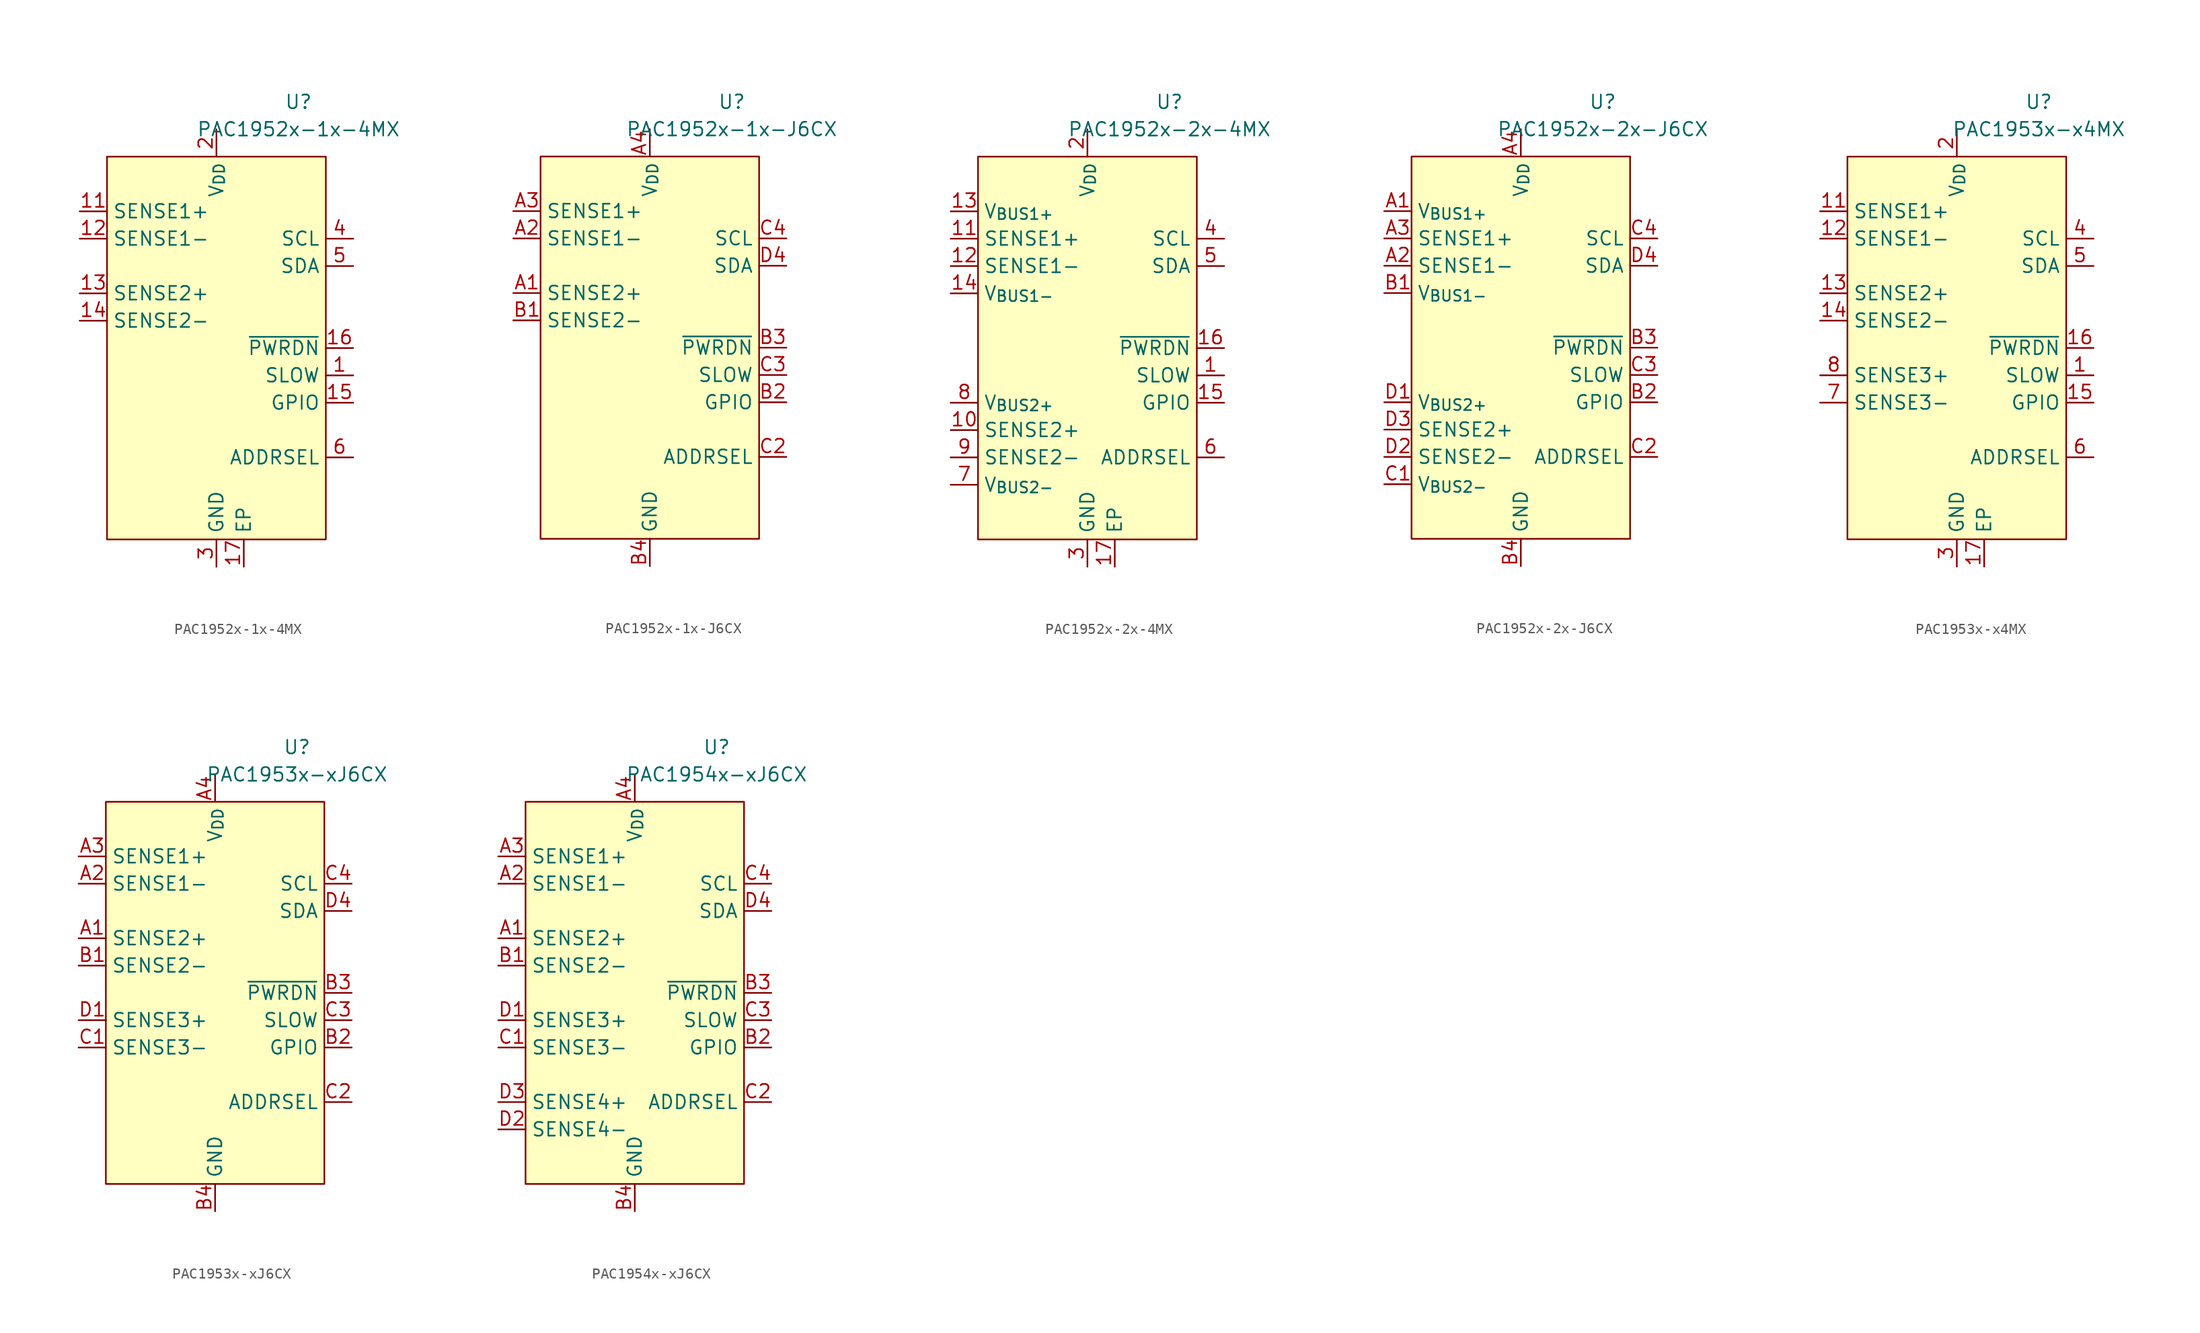
<source format=kicad_sym>
(kicad_symbol_lib
  (version 20231120)
  (generator "kicad_symbol_editor")
  (generator_version "8.0")
  (symbol "PAC1952x-1x-4MX"
    (property "Reference" "U"
      (at 7.62 22.86 0)
      (effects (font (size 1.27 1.27))))
    (property "Value" "PAC1952x-1x-4MX"
      (at 7.62 20.32 0)
      (effects (font (size 1.27 1.27))))
    (symbol "PAC1952x-1x-4MX_0_0"
      (pin input line (at 12.7 -2.54 180) (length 2.54) (name "SLOW" (effects (font (size 1.27 1.27)))) (number "1" (effects (font (size 1.27 1.27)))) (alternate "GPIO" bidirectional line) (alternate "~{ALERT1}" open_collector line))
      (pin passive line (at 0 -20.32 90) (length 2.54) hide (name "GND" (effects (font (size 1.27 1.27)))) (number "10" (effects (font (size 1.27 1.27)))))
      (pin input line (at -12.7 12.7 0) (length 2.54) (name "SENSE1+" (effects (font (size 1.27 1.27)))) (number "11" (effects (font (size 1.27 1.27)))))
      (pin input line (at -12.7 10.16 0) (length 2.54) (name "SENSE1-" (effects (font (size 1.27 1.27)))) (number "12" (effects (font (size 1.27 1.27)))))
      (pin input line (at -12.7 5.08 0) (length 2.54) (name "SENSE2+" (effects (font (size 1.27 1.27)))) (number "13" (effects (font (size 1.27 1.27)))))
      (pin input line (at -12.7 2.54 0) (length 2.54) (name "SENSE2-" (effects (font (size 1.27 1.27)))) (number "14" (effects (font (size 1.27 1.27)))))
      (pin bidirectional line (at 12.7 -5.08 180) (length 2.54) (name "GPIO" (effects (font (size 1.27 1.27)))) (number "15" (effects (font (size 1.27 1.27)))) (alternate "~{ALERT2}" open_collector line))
      (pin input line (at 12.7 0 180) (length 2.54) (name "~{PWRDN}" (effects (font (size 1.27 1.27)))) (number "16" (effects (font (size 1.27 1.27)))))
      (pin passive line (at 2.54 -20.32 90) (length 2.54) (name "EP" (effects (font (size 1.27 1.27)))) (number "17" (effects (font (size 1.27 1.27)))))
      (pin power_in line (at 0 20.32 270) (length 2.54) (name "V_{DD}" (effects (font (size 1.27 1.27)))) (number "2" (effects (font (size 1.27 1.27)))))
      (pin power_in line (at 0 -20.32 90) (length 2.54) (name "GND" (effects (font (size 1.27 1.27)))) (number "3" (effects (font (size 1.27 1.27)))))
      (pin input line (at 12.7 10.16 180) (length 2.54) (name "SCL" (effects (font (size 1.27 1.27)))) (number "4" (effects (font (size 1.27 1.27)))) (alternate "SM_CLK" input line))
      (pin bidirectional line (at 12.7 7.62 180) (length 2.54) (name "SDA" (effects (font (size 1.27 1.27)))) (number "5" (effects (font (size 1.27 1.27)))) (alternate "SM_DATA" bidirectional line))
      (pin passive line (at 12.7 -10.16 180) (length 2.54) (name "ADDRSEL" (effects (font (size 1.27 1.27)))) (number "6" (effects (font (size 1.27 1.27)))))
      (pin passive line (at 0 -20.32 90) (length 2.54) hide (name "GND" (effects (font (size 1.27 1.27)))) (number "7" (effects (font (size 1.27 1.27)))))
      (pin passive line (at 0 -20.32 90) (length 2.54) hide (name "GND" (effects (font (size 1.27 1.27)))) (number "8" (effects (font (size 1.27 1.27)))))
      (pin passive line (at 0 -20.32 90) (length 2.54) hide (name "GND" (effects (font (size 1.27 1.27)))) (number "9" (effects (font (size 1.27 1.27))))))
    (symbol "PAC1952x-1x-4MX_0_1"
      (rectangle (start -10.16 17.78) (end 10.16 -17.78) (stroke (width 0) (type default)) (fill (type background)))))
  (symbol "PAC1952x-1x-J6CX"
    (property "Reference" "U"
      (at 7.62 22.86 0)
      (effects (font (size 1.27 1.27))))
    (property "Value" "PAC1952x-1x-J6CX"
      (at 7.62 20.32 0)
      (effects (font (size 1.27 1.27))))
    (symbol "PAC1952x-1x-J6CX_0_0"
      (pin input line (at -12.7 5.08 0) (length 2.54) (name "SENSE2+" (effects (font (size 1.27 1.27)))) (number "A1" (effects (font (size 1.27 1.27)))))
      (pin input line (at -12.7 10.16 0) (length 2.54) (name "SENSE1-" (effects (font (size 1.27 1.27)))) (number "A2" (effects (font (size 1.27 1.27)))))
      (pin input line (at -12.7 12.7 0) (length 2.54) (name "SENSE1+" (effects (font (size 1.27 1.27)))) (number "A3" (effects (font (size 1.27 1.27)))))
      (pin power_in line (at 0 20.32 270) (length 2.54) (name "V_{DD}" (effects (font (size 1.27 1.27)))) (number "A4" (effects (font (size 1.27 1.27)))))
      (pin input line (at -12.7 2.54 0) (length 2.54) (name "SENSE2-" (effects (font (size 1.27 1.27)))) (number "B1" (effects (font (size 1.27 1.27)))))
      (pin bidirectional line (at 12.7 -5.08 180) (length 2.54) (name "GPIO" (effects (font (size 1.27 1.27)))) (number "B2" (effects (font (size 1.27 1.27)))) (alternate "~{ALERT2}" open_collector line))
      (pin input line (at 12.7 0 180) (length 2.54) (name "~{PWRDN}" (effects (font (size 1.27 1.27)))) (number "B3" (effects (font (size 1.27 1.27)))))
      (pin power_in line (at 0 -20.32 90) (length 2.54) (name "GND" (effects (font (size 1.27 1.27)))) (number "B4" (effects (font (size 1.27 1.27)))))
      (pin passive line (at 0 -20.32 90) (length 2.54) hide (name "GND" (effects (font (size 1.27 1.27)))) (number "C1" (effects (font (size 1.27 1.27)))))
      (pin passive line (at 12.7 -10.16 180) (length 2.54) (name "ADDRSEL" (effects (font (size 1.27 1.27)))) (number "C2" (effects (font (size 1.27 1.27)))))
      (pin input line (at 12.7 -2.54 180) (length 2.54) (name "SLOW" (effects (font (size 1.27 1.27)))) (number "C3" (effects (font (size 1.27 1.27)))) (alternate "GPIO" bidirectional line) (alternate "~{ALERT1}" open_collector line))
      (pin input line (at 12.7 10.16 180) (length 2.54) (name "SCL" (effects (font (size 1.27 1.27)))) (number "C4" (effects (font (size 1.27 1.27)))) (alternate "SM_CLK" input line))
      (pin passive line (at 0 -20.32 90) (length 2.54) hide (name "GND" (effects (font (size 1.27 1.27)))) (number "D1" (effects (font (size 1.27 1.27)))))
      (pin passive line (at 0 -20.32 90) (length 2.54) hide (name "GND" (effects (font (size 1.27 1.27)))) (number "D2" (effects (font (size 1.27 1.27)))))
      (pin passive line (at 0 -20.32 90) (length 2.54) hide (name "GND" (effects (font (size 1.27 1.27)))) (number "D3" (effects (font (size 1.27 1.27)))))
      (pin bidirectional line (at 12.7 7.62 180) (length 2.54) (name "SDA" (effects (font (size 1.27 1.27)))) (number "D4" (effects (font (size 1.27 1.27)))) (alternate "SM_DATA" bidirectional line)))
    (symbol "PAC1952x-1x-J6CX_0_1"
      (rectangle (start -10.16 17.78) (end 10.16 -17.78) (stroke (width 0) (type default)) (fill (type background)))))
  (symbol "PAC1952x-2x-4MX"
    (property "Reference" "U"
      (at 7.62 22.86 0)
      (effects (font (size 1.27 1.27))))
    (property "Value" "PAC1952x-2x-4MX"
      (at 7.62 20.32 0)
      (effects (font (size 1.27 1.27))))
    (symbol "PAC1952x-2x-4MX_0_0"
      (pin input line (at 12.7 -2.54 180) (length 2.54) (name "SLOW" (effects (font (size 1.27 1.27)))) (number "1" (effects (font (size 1.27 1.27)))) (alternate "GPIO" bidirectional line) (alternate "~{ALERT1}" open_collector line))
      (pin input line (at -12.7 -7.62 0) (length 2.54) (name "SENSE2+" (effects (font (size 1.27 1.27)))) (number "10" (effects (font (size 1.27 1.27)))))
      (pin input line (at -12.7 10.16 0) (length 2.54) (name "SENSE1+" (effects (font (size 1.27 1.27)))) (number "11" (effects (font (size 1.27 1.27)))))
      (pin input line (at -12.7 7.62 0) (length 2.54) (name "SENSE1-" (effects (font (size 1.27 1.27)))) (number "12" (effects (font (size 1.27 1.27)))))
      (pin input line (at -12.7 12.7 0) (length 2.54) (name "V_{BUS1+}" (effects (font (size 1.27 1.27)))) (number "13" (effects (font (size 1.27 1.27)))))
      (pin input line (at -12.7 5.08 0) (length 2.54) (name "V_{BUS1-}" (effects (font (size 1.27 1.27)))) (number "14" (effects (font (size 1.27 1.27)))))
      (pin bidirectional line (at 12.7 -5.08 180) (length 2.54) (name "GPIO" (effects (font (size 1.27 1.27)))) (number "15" (effects (font (size 1.27 1.27)))) (alternate "~{ALERT2}" open_collector line))
      (pin input line (at 12.7 0 180) (length 2.54) (name "~{PWRDN}" (effects (font (size 1.27 1.27)))) (number "16" (effects (font (size 1.27 1.27)))))
      (pin passive line (at 2.54 -20.32 90) (length 2.54) (name "EP" (effects (font (size 1.27 1.27)))) (number "17" (effects (font (size 1.27 1.27)))))
      (pin power_in line (at 0 20.32 270) (length 2.54) (name "V_{DD}" (effects (font (size 1.27 1.27)))) (number "2" (effects (font (size 1.27 1.27)))))
      (pin power_in line (at 0 -20.32 90) (length 2.54) (name "GND" (effects (font (size 1.27 1.27)))) (number "3" (effects (font (size 1.27 1.27)))))
      (pin input line (at 12.7 10.16 180) (length 2.54) (name "SCL" (effects (font (size 1.27 1.27)))) (number "4" (effects (font (size 1.27 1.27)))) (alternate "SM_CLK" input line))
      (pin bidirectional line (at 12.7 7.62 180) (length 2.54) (name "SDA" (effects (font (size 1.27 1.27)))) (number "5" (effects (font (size 1.27 1.27)))) (alternate "SM_DATA" bidirectional line))
      (pin passive line (at 12.7 -10.16 180) (length 2.54) (name "ADDRSEL" (effects (font (size 1.27 1.27)))) (number "6" (effects (font (size 1.27 1.27)))))
      (pin input line (at -12.7 -12.7 0) (length 2.54) (name "V_{BUS2-}" (effects (font (size 1.27 1.27)))) (number "7" (effects (font (size 1.27 1.27)))))
      (pin input line (at -12.7 -5.08 0) (length 2.54) (name "V_{BUS2+}" (effects (font (size 1.27 1.27)))) (number "8" (effects (font (size 1.27 1.27)))))
      (pin input line (at -12.7 -10.16 0) (length 2.54) (name "SENSE2-" (effects (font (size 1.27 1.27)))) (number "9" (effects (font (size 1.27 1.27))))))
    (symbol "PAC1952x-2x-4MX_0_1"
      (rectangle (start -10.16 17.78) (end 10.16 -17.78) (stroke (width 0) (type default)) (fill (type background)))))
  (symbol "PAC1952x-2x-J6CX"
    (property "Reference" "U"
      (at 7.62 22.86 0)
      (effects (font (size 1.27 1.27))))
    (property "Value" "PAC1952x-2x-J6CX"
      (at 7.62 20.32 0)
      (effects (font (size 1.27 1.27))))
    (symbol "PAC1952x-2x-J6CX_0_0"
      (pin input line (at -12.7 12.7 0) (length 2.54) (name "V_{BUS1+}" (effects (font (size 1.27 1.27)))) (number "A1" (effects (font (size 1.27 1.27)))))
      (pin input line (at -12.7 7.62 0) (length 2.54) (name "SENSE1-" (effects (font (size 1.27 1.27)))) (number "A2" (effects (font (size 1.27 1.27)))))
      (pin input line (at -12.7 10.16 0) (length 2.54) (name "SENSE1+" (effects (font (size 1.27 1.27)))) (number "A3" (effects (font (size 1.27 1.27)))))
      (pin power_in line (at 0 20.32 270) (length 2.54) (name "V_{DD}" (effects (font (size 1.27 1.27)))) (number "A4" (effects (font (size 1.27 1.27)))))
      (pin input line (at -12.7 5.08 0) (length 2.54) (name "V_{BUS1-}" (effects (font (size 1.27 1.27)))) (number "B1" (effects (font (size 1.27 1.27)))))
      (pin bidirectional line (at 12.7 -5.08 180) (length 2.54) (name "GPIO" (effects (font (size 1.27 1.27)))) (number "B2" (effects (font (size 1.27 1.27)))) (alternate "~{ALERT2}" open_collector line))
      (pin input line (at 12.7 0 180) (length 2.54) (name "~{PWRDN}" (effects (font (size 1.27 1.27)))) (number "B3" (effects (font (size 1.27 1.27)))))
      (pin power_in line (at 0 -20.32 90) (length 2.54) (name "GND" (effects (font (size 1.27 1.27)))) (number "B4" (effects (font (size 1.27 1.27)))))
      (pin input line (at -12.7 -12.7 0) (length 2.54) (name "V_{BUS2-}" (effects (font (size 1.27 1.27)))) (number "C1" (effects (font (size 1.27 1.27)))))
      (pin passive line (at 12.7 -10.16 180) (length 2.54) (name "ADDRSEL" (effects (font (size 1.27 1.27)))) (number "C2" (effects (font (size 1.27 1.27)))))
      (pin input line (at 12.7 -2.54 180) (length 2.54) (name "SLOW" (effects (font (size 1.27 1.27)))) (number "C3" (effects (font (size 1.27 1.27)))) (alternate "GPIO" bidirectional line) (alternate "~{ALERT1}" open_collector line))
      (pin input line (at 12.7 10.16 180) (length 2.54) (name "SCL" (effects (font (size 1.27 1.27)))) (number "C4" (effects (font (size 1.27 1.27)))) (alternate "SM_CLK" input line))
      (pin input line (at -12.7 -5.08 0) (length 2.54) (name "V_{BUS2+}" (effects (font (size 1.27 1.27)))) (number "D1" (effects (font (size 1.27 1.27)))))
      (pin input line (at -12.7 -10.16 0) (length 2.54) (name "SENSE2-" (effects (font (size 1.27 1.27)))) (number "D2" (effects (font (size 1.27 1.27)))))
      (pin input line (at -12.7 -7.62 0) (length 2.54) (name "SENSE2+" (effects (font (size 1.27 1.27)))) (number "D3" (effects (font (size 1.27 1.27)))))
      (pin bidirectional line (at 12.7 7.62 180) (length 2.54) (name "SDA" (effects (font (size 1.27 1.27)))) (number "D4" (effects (font (size 1.27 1.27)))) (alternate "SM_DATA" bidirectional line)))
    (symbol "PAC1952x-2x-J6CX_0_1"
      (rectangle (start -10.16 17.78) (end 10.16 -17.78) (stroke (width 0) (type default)) (fill (type background)))))
  (symbol "PAC1953x-x4MX"
    (property "Reference" "U"
      (at 7.62 22.86 0)
      (effects (font (size 1.27 1.27))))
    (property "Value" "PAC1953x-x4MX"
      (at 7.62 20.32 0)
      (effects (font (size 1.27 1.27))))
    (symbol "PAC1953x-x4MX_0_0"
      (pin input line (at 12.7 -2.54 180) (length 2.54) (name "SLOW" (effects (font (size 1.27 1.27)))) (number "1" (effects (font (size 1.27 1.27)))) (alternate "GPIO" bidirectional line) (alternate "~{ALERT1}" open_collector line))
      (pin passive line (at 0 -20.32 90) (length 2.54) hide (name "GND" (effects (font (size 1.27 1.27)))) (number "10" (effects (font (size 1.27 1.27)))))
      (pin input line (at -12.7 12.7 0) (length 2.54) (name "SENSE1+" (effects (font (size 1.27 1.27)))) (number "11" (effects (font (size 1.27 1.27)))))
      (pin input line (at -12.7 10.16 0) (length 2.54) (name "SENSE1-" (effects (font (size 1.27 1.27)))) (number "12" (effects (font (size 1.27 1.27)))))
      (pin input line (at -12.7 5.08 0) (length 2.54) (name "SENSE2+" (effects (font (size 1.27 1.27)))) (number "13" (effects (font (size 1.27 1.27)))))
      (pin input line (at -12.7 2.54 0) (length 2.54) (name "SENSE2-" (effects (font (size 1.27 1.27)))) (number "14" (effects (font (size 1.27 1.27)))))
      (pin bidirectional line (at 12.7 -5.08 180) (length 2.54) (name "GPIO" (effects (font (size 1.27 1.27)))) (number "15" (effects (font (size 1.27 1.27)))) (alternate "~{ALERT2}" open_collector line))
      (pin input line (at 12.7 0 180) (length 2.54) (name "~{PWRDN}" (effects (font (size 1.27 1.27)))) (number "16" (effects (font (size 1.27 1.27)))))
      (pin passive line (at 2.54 -20.32 90) (length 2.54) (name "EP" (effects (font (size 1.27 1.27)))) (number "17" (effects (font (size 1.27 1.27)))))
      (pin power_in line (at 0 20.32 270) (length 2.54) (name "V_{DD}" (effects (font (size 1.27 1.27)))) (number "2" (effects (font (size 1.27 1.27)))))
      (pin power_in line (at 0 -20.32 90) (length 2.54) (name "GND" (effects (font (size 1.27 1.27)))) (number "3" (effects (font (size 1.27 1.27)))))
      (pin input line (at 12.7 10.16 180) (length 2.54) (name "SCL" (effects (font (size 1.27 1.27)))) (number "4" (effects (font (size 1.27 1.27)))) (alternate "SM_CLK" input line))
      (pin bidirectional line (at 12.7 7.62 180) (length 2.54) (name "SDA" (effects (font (size 1.27 1.27)))) (number "5" (effects (font (size 1.27 1.27)))) (alternate "SM_DATA" bidirectional line))
      (pin passive line (at 12.7 -10.16 180) (length 2.54) (name "ADDRSEL" (effects (font (size 1.27 1.27)))) (number "6" (effects (font (size 1.27 1.27)))))
      (pin input line (at -12.7 -5.08 0) (length 2.54) (name "SENSE3-" (effects (font (size 1.27 1.27)))) (number "7" (effects (font (size 1.27 1.27)))))
      (pin input line (at -12.7 -2.54 0) (length 2.54) (name "SENSE3+" (effects (font (size 1.27 1.27)))) (number "8" (effects (font (size 1.27 1.27)))))
      (pin passive line (at 0 -20.32 90) (length 2.54) hide (name "GND" (effects (font (size 1.27 1.27)))) (number "9" (effects (font (size 1.27 1.27))))))
    (symbol "PAC1953x-x4MX_0_1"
      (rectangle (start -10.16 17.78) (end 10.16 -17.78) (stroke (width 0) (type default)) (fill (type background)))))
  (symbol "PAC1953x-xJ6CX"
    (property "Reference" "U"
      (at 7.62 22.86 0)
      (effects (font (size 1.27 1.27))))
    (property "Value" "PAC1953x-xJ6CX"
      (at 7.62 20.32 0)
      (effects (font (size 1.27 1.27))))
    (symbol "PAC1953x-xJ6CX_0_0"
      (pin input line (at -12.7 5.08 0) (length 2.54) (name "SENSE2+" (effects (font (size 1.27 1.27)))) (number "A1" (effects (font (size 1.27 1.27)))))
      (pin input line (at -12.7 10.16 0) (length 2.54) (name "SENSE1-" (effects (font (size 1.27 1.27)))) (number "A2" (effects (font (size 1.27 1.27)))))
      (pin input line (at -12.7 12.7 0) (length 2.54) (name "SENSE1+" (effects (font (size 1.27 1.27)))) (number "A3" (effects (font (size 1.27 1.27)))))
      (pin power_in line (at 0 20.32 270) (length 2.54) (name "V_{DD}" (effects (font (size 1.27 1.27)))) (number "A4" (effects (font (size 1.27 1.27)))))
      (pin input line (at -12.7 2.54 0) (length 2.54) (name "SENSE2-" (effects (font (size 1.27 1.27)))) (number "B1" (effects (font (size 1.27 1.27)))))
      (pin bidirectional line (at 12.7 -5.08 180) (length 2.54) (name "GPIO" (effects (font (size 1.27 1.27)))) (number "B2" (effects (font (size 1.27 1.27)))) (alternate "~{ALERT2}" open_collector line))
      (pin input line (at 12.7 0 180) (length 2.54) (name "~{PWRDN}" (effects (font (size 1.27 1.27)))) (number "B3" (effects (font (size 1.27 1.27)))))
      (pin power_in line (at 0 -20.32 90) (length 2.54) (name "GND" (effects (font (size 1.27 1.27)))) (number "B4" (effects (font (size 1.27 1.27)))))
      (pin input line (at -12.7 -5.08 0) (length 2.54) (name "SENSE3-" (effects (font (size 1.27 1.27)))) (number "C1" (effects (font (size 1.27 1.27)))))
      (pin passive line (at 12.7 -10.16 180) (length 2.54) (name "ADDRSEL" (effects (font (size 1.27 1.27)))) (number "C2" (effects (font (size 1.27 1.27)))))
      (pin input line (at 12.7 -2.54 180) (length 2.54) (name "SLOW" (effects (font (size 1.27 1.27)))) (number "C3" (effects (font (size 1.27 1.27)))) (alternate "GPIO" bidirectional line) (alternate "~{ALERT1}" open_collector line))
      (pin input line (at 12.7 10.16 180) (length 2.54) (name "SCL" (effects (font (size 1.27 1.27)))) (number "C4" (effects (font (size 1.27 1.27)))) (alternate "SM_CLK" input line))
      (pin input line (at -12.7 -2.54 0) (length 2.54) (name "SENSE3+" (effects (font (size 1.27 1.27)))) (number "D1" (effects (font (size 1.27 1.27)))))
      (pin passive line (at 0 -20.32 90) (length 2.54) hide (name "GND" (effects (font (size 1.27 1.27)))) (number "D2" (effects (font (size 1.27 1.27)))))
      (pin passive line (at 0 -20.32 90) (length 2.54) hide (name "GND" (effects (font (size 1.27 1.27)))) (number "D3" (effects (font (size 1.27 1.27)))))
      (pin bidirectional line (at 12.7 7.62 180) (length 2.54) (name "SDA" (effects (font (size 1.27 1.27)))) (number "D4" (effects (font (size 1.27 1.27)))) (alternate "SM_DATA" bidirectional line)))
    (symbol "PAC1953x-xJ6CX_0_1"
      (rectangle (start -10.16 17.78) (end 10.16 -17.78) (stroke (width 0) (type default)) (fill (type background)))))
  (symbol "PAC1954x-xJ6CX"
    (property "Reference" "U"
      (at 7.62 22.86 0)
      (effects (font (size 1.27 1.27))))
    (property "Value" "PAC1954x-xJ6CX"
      (at 7.62 20.32 0)
      (effects (font (size 1.27 1.27))))
    (symbol "PAC1954x-xJ6CX_0_0"
      (pin input line (at -12.7 5.08 0) (length 2.54) (name "SENSE2+" (effects (font (size 1.27 1.27)))) (number "A1" (effects (font (size 1.27 1.27)))))
      (pin input line (at -12.7 10.16 0) (length 2.54) (name "SENSE1-" (effects (font (size 1.27 1.27)))) (number "A2" (effects (font (size 1.27 1.27)))))
      (pin input line (at -12.7 12.7 0) (length 2.54) (name "SENSE1+" (effects (font (size 1.27 1.27)))) (number "A3" (effects (font (size 1.27 1.27)))))
      (pin power_in line (at 0 20.32 270) (length 2.54) (name "V_{DD}" (effects (font (size 1.27 1.27)))) (number "A4" (effects (font (size 1.27 1.27)))))
      (pin input line (at -12.7 2.54 0) (length 2.54) (name "SENSE2-" (effects (font (size 1.27 1.27)))) (number "B1" (effects (font (size 1.27 1.27)))))
      (pin bidirectional line (at 12.7 -5.08 180) (length 2.54) (name "GPIO" (effects (font (size 1.27 1.27)))) (number "B2" (effects (font (size 1.27 1.27)))) (alternate "~{ALERT2}" open_collector line))
      (pin input line (at 12.7 0 180) (length 2.54) (name "~{PWRDN}" (effects (font (size 1.27 1.27)))) (number "B3" (effects (font (size 1.27 1.27)))))
      (pin power_in line (at 0 -20.32 90) (length 2.54) (name "GND" (effects (font (size 1.27 1.27)))) (number "B4" (effects (font (size 1.27 1.27)))))
      (pin input line (at -12.7 -5.08 0) (length 2.54) (name "SENSE3-" (effects (font (size 1.27 1.27)))) (number "C1" (effects (font (size 1.27 1.27)))))
      (pin passive line (at 12.7 -10.16 180) (length 2.54) (name "ADDRSEL" (effects (font (size 1.27 1.27)))) (number "C2" (effects (font (size 1.27 1.27)))))
      (pin input line (at 12.7 -2.54 180) (length 2.54) (name "SLOW" (effects (font (size 1.27 1.27)))) (number "C3" (effects (font (size 1.27 1.27)))) (alternate "GPIO" bidirectional line) (alternate "~{ALERT1}" open_collector line))
      (pin input line (at 12.7 10.16 180) (length 2.54) (name "SCL" (effects (font (size 1.27 1.27)))) (number "C4" (effects (font (size 1.27 1.27)))) (alternate "SM_CLK" input line))
      (pin input line (at -12.7 -2.54 0) (length 2.54) (name "SENSE3+" (effects (font (size 1.27 1.27)))) (number "D1" (effects (font (size 1.27 1.27)))))
      (pin input line (at -12.7 -12.7 0) (length 2.54) (name "SENSE4-" (effects (font (size 1.27 1.27)))) (number "D2" (effects (font (size 1.27 1.27)))))
      (pin input line (at -12.7 -10.16 0) (length 2.54) (name "SENSE4+" (effects (font (size 1.27 1.27)))) (number "D3" (effects (font (size 1.27 1.27)))))
      (pin bidirectional line (at 12.7 7.62 180) (length 2.54) (name "SDA" (effects (font (size 1.27 1.27)))) (number "D4" (effects (font (size 1.27 1.27)))) (alternate "SM_DATA" bidirectional line)))
    (symbol "PAC1954x-xJ6CX_0_1"
      (rectangle (start -10.16 17.78) (end 10.16 -17.78) (stroke (width 0) (type default)) (fill (type background))))))
</source>
